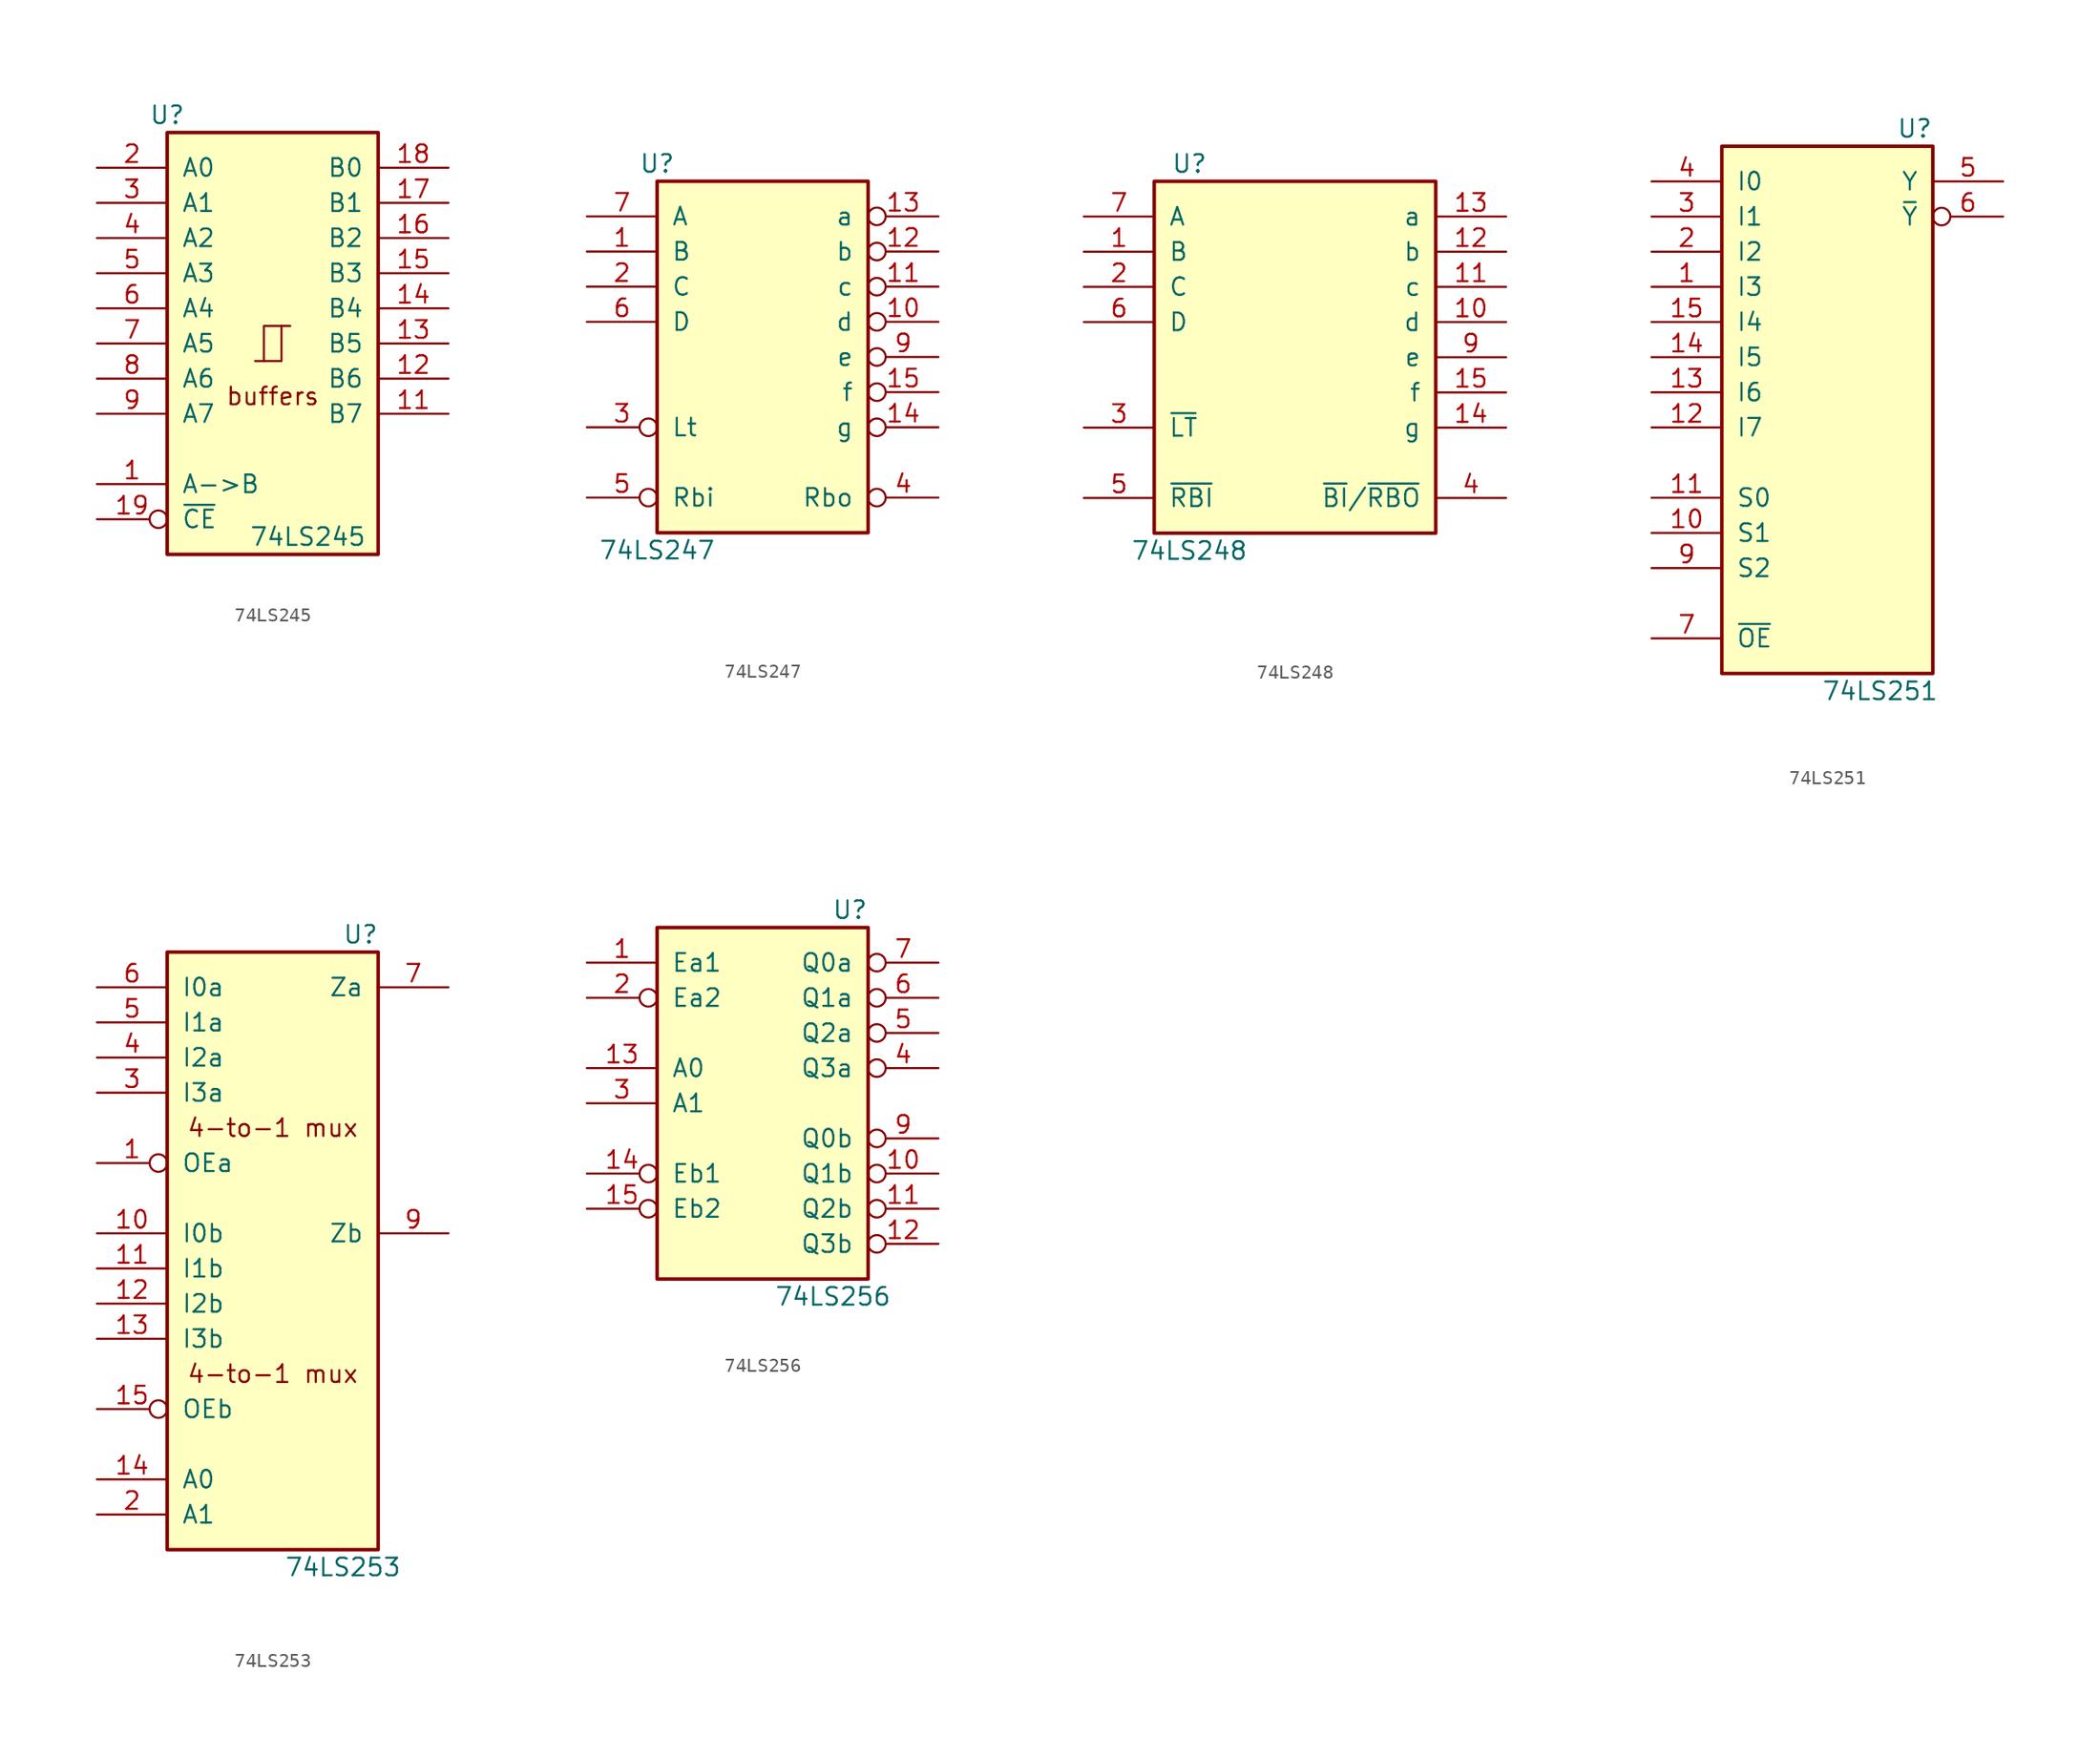
<source format=kicad_sym>
(kicad_symbol_lib
  (version 20231120)
  (generator "kicad_symbol_editor")
  (generator_version "8.0")
  (symbol "74LS245"
    (pin_names
      (offset 1.016))
    (property "Reference" "U"
      (at -7.62 16.51 0)
      (effects (font (size 1.27 1.27))))
    (property "Value" "74LS245"
      (at 2.54 -13.97 0)
      (effects (font (size 1.27 1.27))))
    (property "ki_locked" ""
      (at 0 0 0)
      (effects (font (size 1.27 1.27))))
    (symbol "74LS245_0_0"
      (text "buffers" (at 0 -3.81 0) (effects (font (size 1.27 1.27)))))
    (symbol "74LS245_1_0"
      (polyline (pts (xy -0.635 -1.27) (xy -0.635 1.27) (xy 0.635 1.27)) (stroke (width 0) (type default)) (fill (type none)))
      (polyline (pts (xy -1.27 -1.27) (xy 0.635 -1.27) (xy 0.635 1.27) (xy 1.27 1.27)) (stroke (width 0) (type default)) (fill (type none)))
      (pin input line (at -12.7 -10.16 0) (length 5.08) (name "A->B" (effects (font (size 1.27 1.27)))) (number "1" (effects (font (size 1.27 1.27)))))
      (pin tri_state line (at 12.7 -5.08 180) (length 5.08) (name "B7" (effects (font (size 1.27 1.27)))) (number "11" (effects (font (size 1.27 1.27)))))
      (pin tri_state line (at 12.7 -2.54 180) (length 5.08) (name "B6" (effects (font (size 1.27 1.27)))) (number "12" (effects (font (size 1.27 1.27)))))
      (pin tri_state line (at 12.7 0 180) (length 5.08) (name "B5" (effects (font (size 1.27 1.27)))) (number "13" (effects (font (size 1.27 1.27)))))
      (pin tri_state line (at 12.7 2.54 180) (length 5.08) (name "B4" (effects (font (size 1.27 1.27)))) (number "14" (effects (font (size 1.27 1.27)))))
      (pin tri_state line (at 12.7 5.08 180) (length 5.08) (name "B3" (effects (font (size 1.27 1.27)))) (number "15" (effects (font (size 1.27 1.27)))))
      (pin tri_state line (at 12.7 7.62 180) (length 5.08) (name "B2" (effects (font (size 1.27 1.27)))) (number "16" (effects (font (size 1.27 1.27)))))
      (pin tri_state line (at 12.7 10.16 180) (length 5.08) (name "B1" (effects (font (size 1.27 1.27)))) (number "17" (effects (font (size 1.27 1.27)))))
      (pin tri_state line (at 12.7 12.7 180) (length 5.08) (name "B0" (effects (font (size 1.27 1.27)))) (number "18" (effects (font (size 1.27 1.27)))))
      (pin input inverted (at -12.7 -12.7 0) (length 5.08) (name "~{CE}" (effects (font (size 1.27 1.27)))) (number "19" (effects (font (size 1.27 1.27)))))
      (pin tri_state line (at -12.7 12.7 0) (length 5.08) (name "A0" (effects (font (size 1.27 1.27)))) (number "2" (effects (font (size 1.27 1.27)))))
      (pin tri_state line (at -12.7 10.16 0) (length 5.08) (name "A1" (effects (font (size 1.27 1.27)))) (number "3" (effects (font (size 1.27 1.27)))))
      (pin tri_state line (at -12.7 7.62 0) (length 5.08) (name "A2" (effects (font (size 1.27 1.27)))) (number "4" (effects (font (size 1.27 1.27)))))
      (pin tri_state line (at -12.7 5.08 0) (length 5.08) (name "A3" (effects (font (size 1.27 1.27)))) (number "5" (effects (font (size 1.27 1.27)))))
      (pin tri_state line (at -12.7 2.54 0) (length 5.08) (name "A4" (effects (font (size 1.27 1.27)))) (number "6" (effects (font (size 1.27 1.27)))))
      (pin tri_state line (at -12.7 0 0) (length 5.08) (name "A5" (effects (font (size 1.27 1.27)))) (number "7" (effects (font (size 1.27 1.27)))))
      (pin tri_state line (at -12.7 -2.54 0) (length 5.08) (name "A6" (effects (font (size 1.27 1.27)))) (number "8" (effects (font (size 1.27 1.27)))))
      (pin tri_state line (at -12.7 -5.08 0) (length 5.08) (name "A7" (effects (font (size 1.27 1.27)))) (number "9" (effects (font (size 1.27 1.27))))))
    (symbol "74LS245_1_1"
      (rectangle (start -7.62 15.24) (end 7.62 -15.24) (stroke (width 0.254) (type default)) (fill (type background)))))
  (symbol "74LS247"
    (pin_names
      (offset 1.016))
    (property "Reference" "U"
      (at -7.62 13.97 0)
      (effects (font (size 1.27 1.27))))
    (property "Value" "74LS247"
      (at -7.62 -13.97 0)
      (effects (font (size 1.27 1.27))))
    (property "ki_locked" ""
      (at 0 0 0)
      (effects (font (size 1.27 1.27))))
    (symbol "74LS247_1_0"
      (pin input line (at -12.7 7.62 0) (length 5.08) (name "B" (effects (font (size 1.27 1.27)))) (number "1" (effects (font (size 1.27 1.27)))))
      (pin open_collector inverted (at 12.7 2.54 180) (length 5.08) (name "d" (effects (font (size 1.27 1.27)))) (number "10" (effects (font (size 1.27 1.27)))))
      (pin open_collector inverted (at 12.7 5.08 180) (length 5.08) (name "c" (effects (font (size 1.27 1.27)))) (number "11" (effects (font (size 1.27 1.27)))))
      (pin open_collector inverted (at 12.7 7.62 180) (length 5.08) (name "b" (effects (font (size 1.27 1.27)))) (number "12" (effects (font (size 1.27 1.27)))))
      (pin open_collector inverted (at 12.7 10.16 180) (length 5.08) (name "a" (effects (font (size 1.27 1.27)))) (number "13" (effects (font (size 1.27 1.27)))))
      (pin open_collector inverted (at 12.7 -5.08 180) (length 5.08) (name "g" (effects (font (size 1.27 1.27)))) (number "14" (effects (font (size 1.27 1.27)))))
      (pin open_collector inverted (at 12.7 -2.54 180) (length 5.08) (name "f" (effects (font (size 1.27 1.27)))) (number "15" (effects (font (size 1.27 1.27)))))
      (pin input line (at 0 17.78 270) (length 5.08) hide (name "VCC" (effects (font (size 1.27 1.27)))) (number "16" (effects (font (size 1.27 1.27)))))
      (pin input line (at -12.7 5.08 0) (length 5.08) (name "C" (effects (font (size 1.27 1.27)))) (number "2" (effects (font (size 1.27 1.27)))))
      (pin input inverted (at -12.7 -5.08 0) (length 5.08) (name "Lt" (effects (font (size 1.27 1.27)))) (number "3" (effects (font (size 1.27 1.27)))))
      (pin output inverted (at 12.7 -10.16 180) (length 5.08) (name "Rbo" (effects (font (size 1.27 1.27)))) (number "4" (effects (font (size 1.27 1.27)))))
      (pin input inverted (at -12.7 -10.16 0) (length 5.08) (name "Rbi" (effects (font (size 1.27 1.27)))) (number "5" (effects (font (size 1.27 1.27)))))
      (pin input line (at -12.7 2.54 0) (length 5.08) (name "D" (effects (font (size 1.27 1.27)))) (number "6" (effects (font (size 1.27 1.27)))))
      (pin input line (at -12.7 10.16 0) (length 5.08) (name "A" (effects (font (size 1.27 1.27)))) (number "7" (effects (font (size 1.27 1.27)))))
      (pin input line (at 0 -17.78 90) (length 5.08) hide (name "GND" (effects (font (size 1.27 1.27)))) (number "8" (effects (font (size 1.27 1.27)))))
      (pin open_collector inverted (at 12.7 0 180) (length 5.08) (name "e" (effects (font (size 1.27 1.27)))) (number "9" (effects (font (size 1.27 1.27))))))
    (symbol "74LS247_1_1"
      (rectangle (start -7.62 12.7) (end 7.62 -12.7) (stroke (width 0.254) (type default)) (fill (type background)))))
  (symbol "74LS248"
    (pin_names
      (offset 1.016))
    (property "Reference" "U"
      (at -7.62 13.97 0)
      (effects (font (size 1.27 1.27))))
    (property "Value" "74LS248"
      (at -7.62 -13.97 0)
      (effects (font (size 1.27 1.27))))
    (property "ki_locked" ""
      (at 0 0 0)
      (effects (font (size 1.27 1.27))))
    (symbol "74LS248_1_0"
      (pin input line (at -15.24 7.62 0) (length 5.08) (name "B" (effects (font (size 1.27 1.27)))) (number "1" (effects (font (size 1.27 1.27)))))
      (pin open_collector line (at 15.24 2.54 180) (length 5.08) (name "d" (effects (font (size 1.27 1.27)))) (number "10" (effects (font (size 1.27 1.27)))))
      (pin open_collector line (at 15.24 5.08 180) (length 5.08) (name "c" (effects (font (size 1.27 1.27)))) (number "11" (effects (font (size 1.27 1.27)))))
      (pin open_collector line (at 15.24 7.62 180) (length 5.08) (name "b" (effects (font (size 1.27 1.27)))) (number "12" (effects (font (size 1.27 1.27)))))
      (pin open_collector line (at 15.24 10.16 180) (length 5.08) (name "a" (effects (font (size 1.27 1.27)))) (number "13" (effects (font (size 1.27 1.27)))))
      (pin open_collector line (at 15.24 -5.08 180) (length 5.08) (name "g" (effects (font (size 1.27 1.27)))) (number "14" (effects (font (size 1.27 1.27)))))
      (pin open_collector line (at 15.24 -2.54 180) (length 5.08) (name "f" (effects (font (size 1.27 1.27)))) (number "15" (effects (font (size 1.27 1.27)))))
      (pin input line (at 0 17.78 270) (length 5.08) hide (name "VCC" (effects (font (size 1.27 1.27)))) (number "16" (effects (font (size 1.27 1.27)))))
      (pin input line (at -15.24 5.08 0) (length 5.08) (name "C" (effects (font (size 1.27 1.27)))) (number "2" (effects (font (size 1.27 1.27)))))
      (pin input line (at -15.24 -5.08 0) (length 5.08) (name "~{LT}" (effects (font (size 1.27 1.27)))) (number "3" (effects (font (size 1.27 1.27)))))
      (pin open_collector line (at 15.24 -10.16 180) (length 5.08) (name "~{BI}/~{RBO}" (effects (font (size 1.27 1.27)))) (number "4" (effects (font (size 1.27 1.27)))))
      (pin input line (at -15.24 -10.16 0) (length 5.08) (name "~{RBI}" (effects (font (size 1.27 1.27)))) (number "5" (effects (font (size 1.27 1.27)))))
      (pin input line (at -15.24 2.54 0) (length 5.08) (name "D" (effects (font (size 1.27 1.27)))) (number "6" (effects (font (size 1.27 1.27)))))
      (pin input line (at -15.24 10.16 0) (length 5.08) (name "A" (effects (font (size 1.27 1.27)))) (number "7" (effects (font (size 1.27 1.27)))))
      (pin input line (at 0 -17.78 90) (length 5.08) hide (name "GND" (effects (font (size 1.27 1.27)))) (number "8" (effects (font (size 1.27 1.27)))))
      (pin open_collector line (at 15.24 0 180) (length 5.08) (name "e" (effects (font (size 1.27 1.27)))) (number "9" (effects (font (size 1.27 1.27))))))
    (symbol "74LS248_1_1"
      (rectangle (start -10.16 12.7) (end 10.16 -12.7) (stroke (width 0.254) (type default)) (fill (type background)))))
  (symbol "74LS251"
    (pin_names
      (offset 1.016))
    (property "Reference" "U"
      (at 7.62 19.05 0)
      (effects (font (size 1.27 1.27)) (justify right)))
    (property "Value" "74LS251"
      (at 3.81 -21.59 0)
      (effects (font (size 1.27 1.27))))
    (property "ki_locked" ""
      (at 0 0 0)
      (effects (font (size 1.27 1.27))))
    (symbol "74LS251_1_0"
      (pin input line (at -12.7 7.62 0) (length 5.08) (name "I3" (effects (font (size 1.27 1.27)))) (number "1" (effects (font (size 1.27 1.27)))))
      (pin input line (at -12.7 -10.16 0) (length 5.08) (name "S1" (effects (font (size 1.27 1.27)))) (number "10" (effects (font (size 1.27 1.27)))))
      (pin input line (at -12.7 -7.62 0) (length 5.08) (name "S0" (effects (font (size 1.27 1.27)))) (number "11" (effects (font (size 1.27 1.27)))))
      (pin input line (at -12.7 -2.54 0) (length 5.08) (name "I7" (effects (font (size 1.27 1.27)))) (number "12" (effects (font (size 1.27 1.27)))))
      (pin input line (at -12.7 0 0) (length 5.08) (name "I6" (effects (font (size 1.27 1.27)))) (number "13" (effects (font (size 1.27 1.27)))))
      (pin input line (at -12.7 2.54 0) (length 5.08) (name "I5" (effects (font (size 1.27 1.27)))) (number "14" (effects (font (size 1.27 1.27)))))
      (pin input line (at -12.7 5.08 0) (length 5.08) (name "I4" (effects (font (size 1.27 1.27)))) (number "15" (effects (font (size 1.27 1.27)))))
      (pin power_in line (at 0 17.78 270) (length 5.08) hide (name "VCC" (effects (font (size 1.27 1.27)))) (number "16" (effects (font (size 1.27 1.27)))))
      (pin input line (at -12.7 10.16 0) (length 5.08) (name "I2" (effects (font (size 1.27 1.27)))) (number "2" (effects (font (size 1.27 1.27)))))
      (pin input line (at -12.7 12.7 0) (length 5.08) (name "I1" (effects (font (size 1.27 1.27)))) (number "3" (effects (font (size 1.27 1.27)))))
      (pin input line (at -12.7 15.24 0) (length 5.08) (name "I0" (effects (font (size 1.27 1.27)))) (number "4" (effects (font (size 1.27 1.27)))))
      (pin tri_state line (at 12.7 15.24 180) (length 5.08) (name "Y" (effects (font (size 1.27 1.27)))) (number "5" (effects (font (size 1.27 1.27)))))
      (pin tri_state inverted (at 12.7 12.7 180) (length 5.08) (name "~{Y}" (effects (font (size 1.27 1.27)))) (number "6" (effects (font (size 1.27 1.27)))))
      (pin input line (at -12.7 -17.78 0) (length 5.08) (name "~{OE}" (effects (font (size 1.27 1.27)))) (number "7" (effects (font (size 1.27 1.27)))))
      (pin power_in line (at 0 -20.32 90) (length 5.08) hide (name "GND" (effects (font (size 1.27 1.27)))) (number "8" (effects (font (size 1.27 1.27)))))
      (pin input line (at -12.7 -12.7 0) (length 5.08) (name "S2" (effects (font (size 1.27 1.27)))) (number "9" (effects (font (size 1.27 1.27))))))
    (symbol "74LS251_1_1"
      (rectangle (start -7.62 17.78) (end 7.62 -20.32) (stroke (width 0.254) (type default)) (fill (type background)))))
  (symbol "74LS253"
    (pin_names
      (offset 1.016))
    (property "Reference" "U"
      (at 6.35 21.59 0)
      (effects (font (size 1.27 1.27))))
    (property "Value" "74LS253"
      (at 5.08 -24.13 0)
      (effects (font (size 1.27 1.27))))
    (property "ki_locked" ""
      (at 0 0 0)
      (effects (font (size 1.27 1.27))))
    (symbol "74LS253_0_0"
      (text "4-to-1 mux" (at 0 -10.16 0) (effects (font (size 1.27 1.27))))
      (text "4-to-1 mux" (at 0 7.62 0) (effects (font (size 1.27 1.27)))))
    (symbol "74LS253_1_0"
      (pin input inverted (at -12.7 5.08 0) (length 5.08) (name "OEa" (effects (font (size 1.27 1.27)))) (number "1" (effects (font (size 1.27 1.27)))))
      (pin input line (at -12.7 0 0) (length 5.08) (name "I0b" (effects (font (size 1.27 1.27)))) (number "10" (effects (font (size 1.27 1.27)))))
      (pin input line (at -12.7 -2.54 0) (length 5.08) (name "I1b" (effects (font (size 1.27 1.27)))) (number "11" (effects (font (size 1.27 1.27)))))
      (pin input line (at -12.7 -5.08 0) (length 5.08) (name "I2b" (effects (font (size 1.27 1.27)))) (number "12" (effects (font (size 1.27 1.27)))))
      (pin input line (at -12.7 -7.62 0) (length 5.08) (name "I3b" (effects (font (size 1.27 1.27)))) (number "13" (effects (font (size 1.27 1.27)))))
      (pin input line (at -12.7 -17.78 0) (length 5.08) (name "A0" (effects (font (size 1.27 1.27)))) (number "14" (effects (font (size 1.27 1.27)))))
      (pin input inverted (at -12.7 -12.7 0) (length 5.08) (name "OEb" (effects (font (size 1.27 1.27)))) (number "15" (effects (font (size 1.27 1.27)))))
      (pin power_in line (at 0 20.32 270) (length 5.08) hide (name "VCC" (effects (font (size 1.27 1.27)))) (number "16" (effects (font (size 1.27 1.27)))))
      (pin input line (at -12.7 -20.32 0) (length 5.08) (name "A1" (effects (font (size 1.27 1.27)))) (number "2" (effects (font (size 1.27 1.27)))))
      (pin input line (at -12.7 10.16 0) (length 5.08) (name "I3a" (effects (font (size 1.27 1.27)))) (number "3" (effects (font (size 1.27 1.27)))))
      (pin input line (at -12.7 12.7 0) (length 5.08) (name "I2a" (effects (font (size 1.27 1.27)))) (number "4" (effects (font (size 1.27 1.27)))))
      (pin input line (at -12.7 15.24 0) (length 5.08) (name "I1a" (effects (font (size 1.27 1.27)))) (number "5" (effects (font (size 1.27 1.27)))))
      (pin input line (at -12.7 17.78 0) (length 5.08) (name "I0a" (effects (font (size 1.27 1.27)))) (number "6" (effects (font (size 1.27 1.27)))))
      (pin tri_state line (at 12.7 17.78 180) (length 5.08) (name "Za" (effects (font (size 1.27 1.27)))) (number "7" (effects (font (size 1.27 1.27)))))
      (pin power_in line (at 0 -22.86 90) (length 5.08) hide (name "GND" (effects (font (size 1.27 1.27)))) (number "8" (effects (font (size 1.27 1.27)))))
      (pin tri_state line (at 12.7 0 180) (length 5.08) (name "Zb" (effects (font (size 1.27 1.27)))) (number "9" (effects (font (size 1.27 1.27))))))
    (symbol "74LS253_1_1"
      (rectangle (start -7.62 20.32) (end 7.62 -22.86) (stroke (width 0.254) (type default)) (fill (type background)))))
  (symbol "74LS256"
    (pin_names
      (offset 1.016))
    (property "Reference" "U"
      (at 7.62 13.97 0)
      (effects (font (size 1.27 1.27)) (justify right)))
    (property "Value" "74LS256"
      (at 5.08 -13.97 0)
      (effects (font (size 1.27 1.27))))
    (property "ki_locked" ""
      (at 0 0 0)
      (effects (font (size 1.27 1.27))))
    (symbol "74LS256_1_0"
      (pin input line (at -12.7 10.16 0) (length 5.08) (name "Ea1" (effects (font (size 1.27 1.27)))) (number "1" (effects (font (size 1.27 1.27)))))
      (pin tri_state inverted (at 12.7 -5.08 180) (length 5.08) (name "Q1b" (effects (font (size 1.27 1.27)))) (number "10" (effects (font (size 1.27 1.27)))))
      (pin tri_state inverted (at 12.7 -7.62 180) (length 5.08) (name "Q2b" (effects (font (size 1.27 1.27)))) (number "11" (effects (font (size 1.27 1.27)))))
      (pin tri_state inverted (at 12.7 -10.16 180) (length 5.08) (name "Q3b" (effects (font (size 1.27 1.27)))) (number "12" (effects (font (size 1.27 1.27)))))
      (pin input line (at -12.7 2.54 0) (length 5.08) (name "A0" (effects (font (size 1.27 1.27)))) (number "13" (effects (font (size 1.27 1.27)))))
      (pin input inverted (at -12.7 -5.08 0) (length 5.08) (name "Eb1" (effects (font (size 1.27 1.27)))) (number "14" (effects (font (size 1.27 1.27)))))
      (pin input inverted (at -12.7 -7.62 0) (length 5.08) (name "Eb2" (effects (font (size 1.27 1.27)))) (number "15" (effects (font (size 1.27 1.27)))))
      (pin power_in line (at 0 12.7 270) (length 1.27) hide (name "VCC" (effects (font (size 1.27 1.27)))) (number "16" (effects (font (size 1.27 1.27)))))
      (pin input inverted (at -12.7 7.62 0) (length 5.08) (name "Ea2" (effects (font (size 1.27 1.27)))) (number "2" (effects (font (size 1.27 1.27)))))
      (pin input line (at -12.7 0 0) (length 5.08) (name "A1" (effects (font (size 1.27 1.27)))) (number "3" (effects (font (size 1.27 1.27)))))
      (pin tri_state inverted (at 12.7 2.54 180) (length 5.08) (name "Q3a" (effects (font (size 1.27 1.27)))) (number "4" (effects (font (size 1.27 1.27)))))
      (pin tri_state inverted (at 12.7 5.08 180) (length 5.08) (name "Q2a" (effects (font (size 1.27 1.27)))) (number "5" (effects (font (size 1.27 1.27)))))
      (pin tri_state inverted (at 12.7 7.62 180) (length 5.08) (name "Q1a" (effects (font (size 1.27 1.27)))) (number "6" (effects (font (size 1.27 1.27)))))
      (pin tri_state inverted (at 12.7 10.16 180) (length 5.08) (name "Q0a" (effects (font (size 1.27 1.27)))) (number "7" (effects (font (size 1.27 1.27)))))
      (pin power_in line (at 0 -12.7 90) (length 1.27) hide (name "GND" (effects (font (size 1.27 1.27)))) (number "8" (effects (font (size 1.27 1.27)))))
      (pin tri_state inverted (at 12.7 -2.54 180) (length 5.08) (name "Q0b" (effects (font (size 1.27 1.27)))) (number "9" (effects (font (size 1.27 1.27))))))
    (symbol "74LS256_1_1"
      (rectangle (start -7.62 12.7) (end 7.62 -12.7) (stroke (width 0.254) (type default)) (fill (type background))))))
</source>
